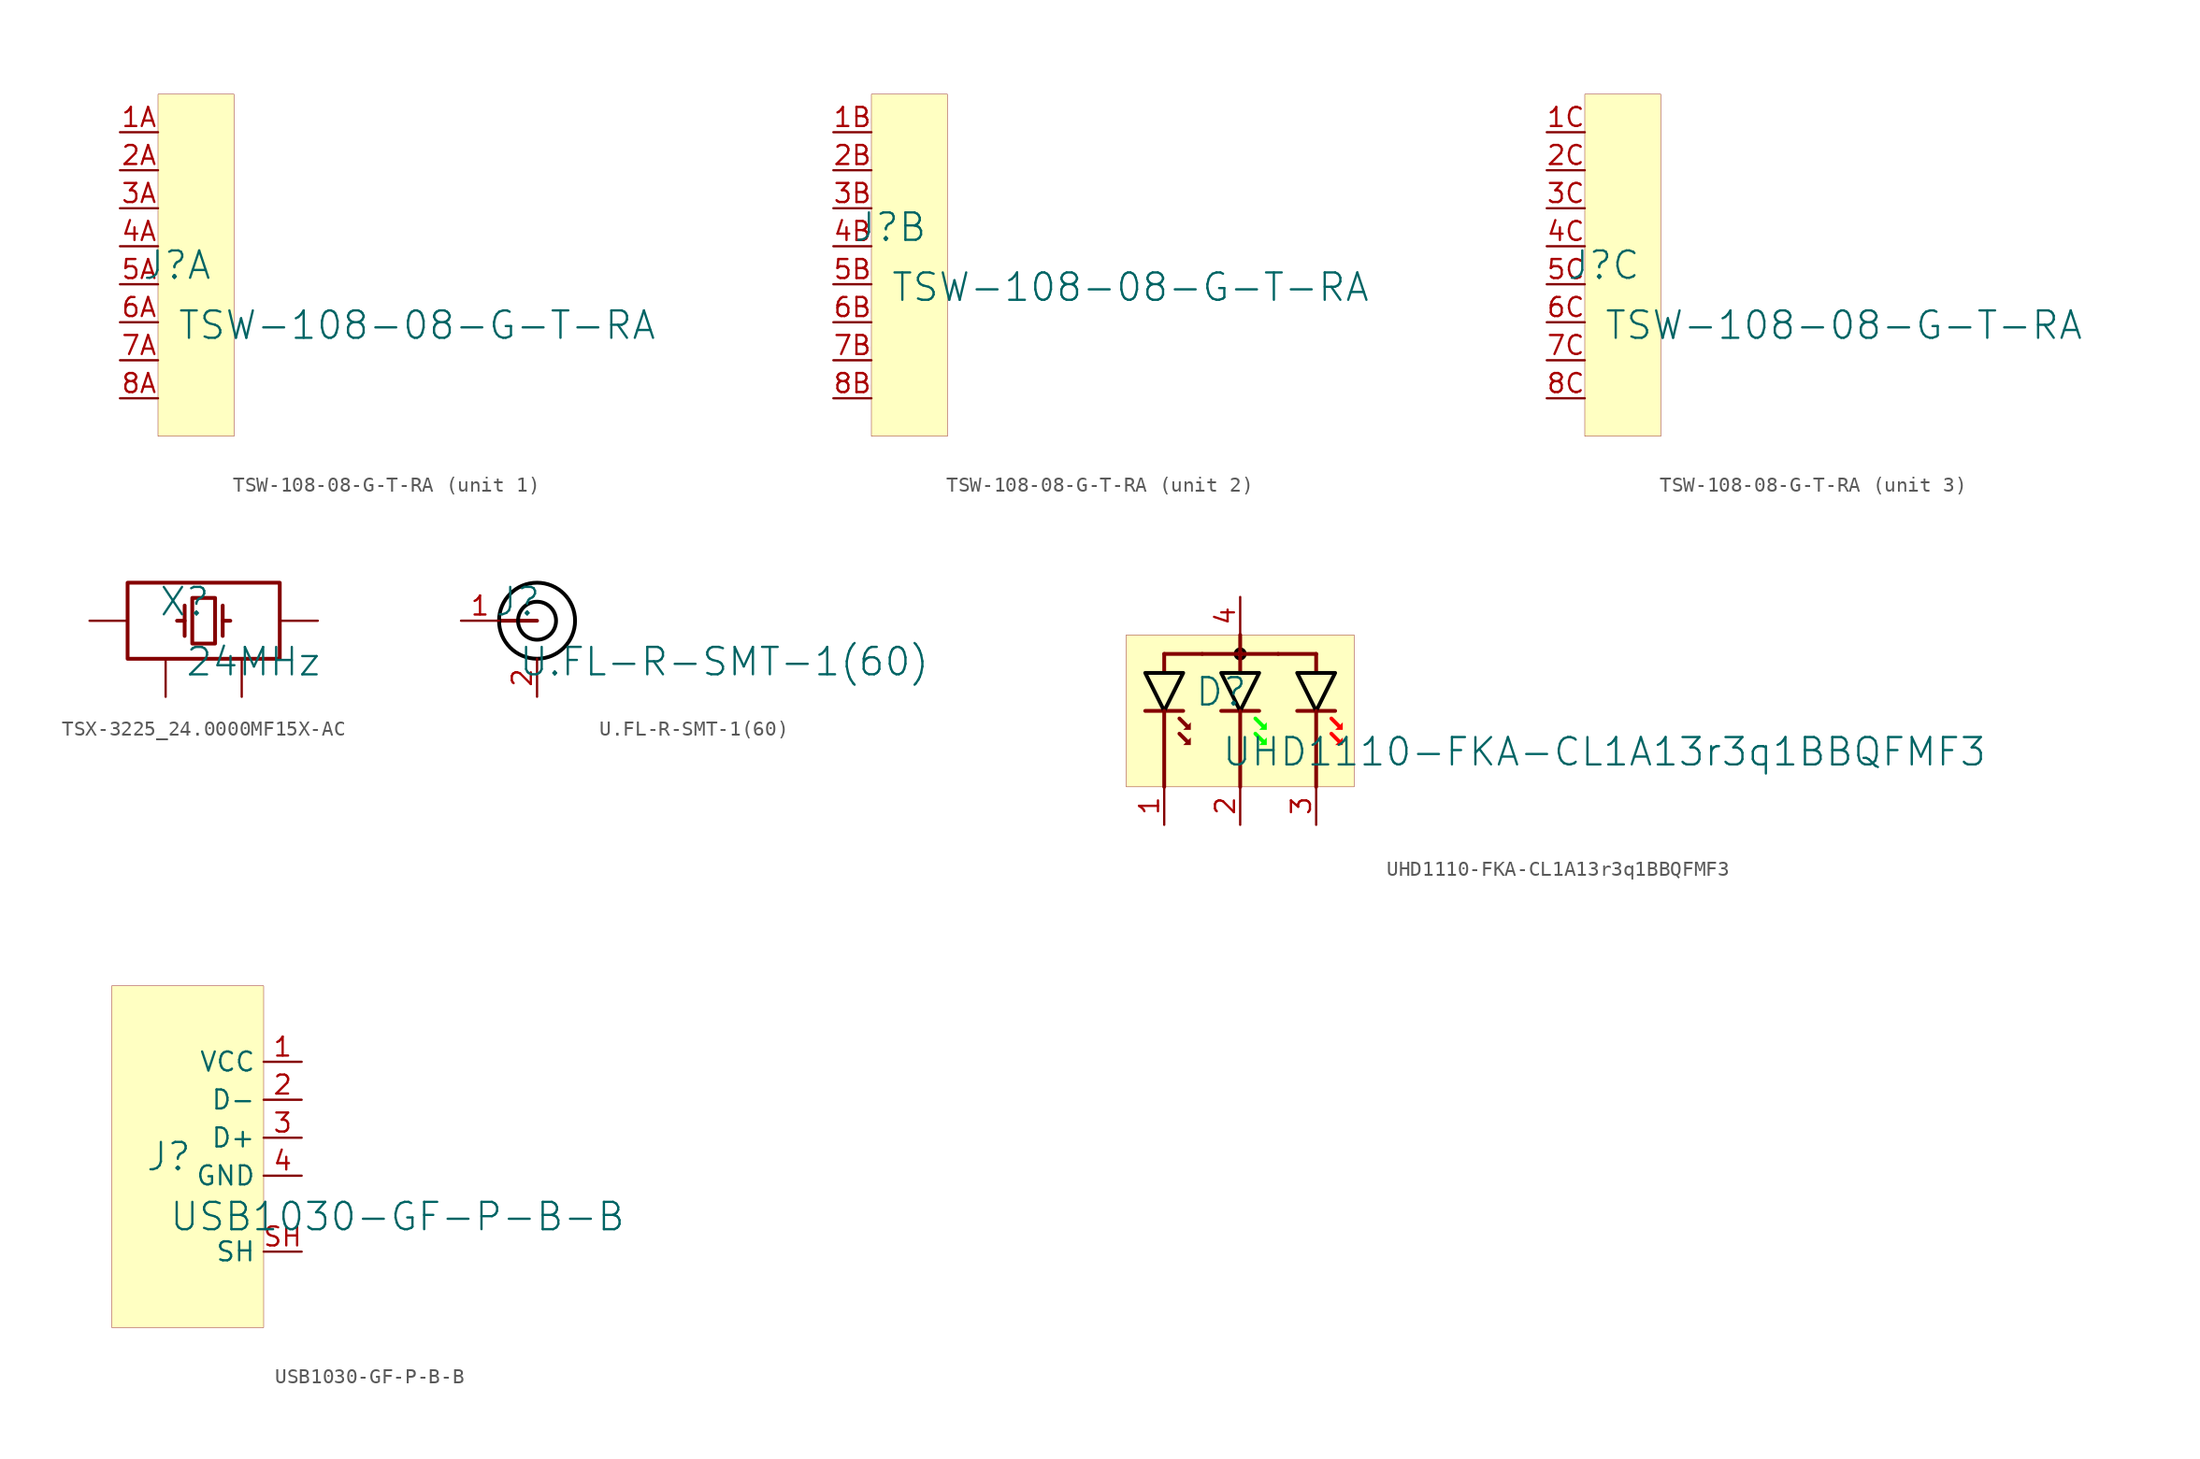
<source format=kicad_sym>
(kicad_symbol_lib
  (version 20231120)
  (generator "kicad_symbol_editor")
  (generator_version "8.0")
  (symbol "TSW-108-08-G-T-RA"
    (property "Reference" "J"
      (at -1.27 1.27 0)
      (effects (font (size 1.829 1.829))))
    (property "Value" "TSW-108-08-G-T-RA"
      (at -1.27 -3.81 0)
      (effects (font (size 1.829 1.829)) (justify left bottom)))
    (symbol "TSW-108-08-G-T-RA_1_0"
      (rectangle (start 2.54 12.7) (end -2.54 -10.16) (stroke (width 0.025) (type solid) (color 128 0 0 1)) (fill (type background)))
      (pin passive line (at -5.08 10.16 0) (length 2.54) (name "1A" (effects (font (size 0 0)))) (number "1A" (effects (font (size 1.27 1.27)))))
      (pin passive line (at -5.08 7.62 0) (length 2.54) (name "2A" (effects (font (size 0 0)))) (number "2A" (effects (font (size 1.27 1.27)))))
      (pin passive line (at -5.08 5.08 0) (length 2.54) (name "3A" (effects (font (size 0 0)))) (number "3A" (effects (font (size 1.27 1.27)))))
      (pin passive line (at -5.08 2.54 0) (length 2.54) (name "4A" (effects (font (size 0 0)))) (number "4A" (effects (font (size 1.27 1.27)))))
      (pin passive line (at -5.08 0 0) (length 2.54) (name "5A" (effects (font (size 0 0)))) (number "5A" (effects (font (size 1.27 1.27)))))
      (pin passive line (at -5.08 -2.54 0) (length 2.54) (name "6A" (effects (font (size 0 0)))) (number "6A" (effects (font (size 1.27 1.27)))))
      (pin passive line (at -5.08 -5.08 0) (length 2.54) (name "7A" (effects (font (size 0 0)))) (number "7A" (effects (font (size 1.27 1.27)))))
      (pin passive line (at -5.08 -7.62 0) (length 2.54) (name "8A" (effects (font (size 0 0)))) (number "8A" (effects (font (size 1.27 1.27))))))
    (symbol "TSW-108-08-G-T-RA_2_0"
      (rectangle (start 2.54 10.16) (end -2.54 -12.7) (stroke (width 0.025) (type solid) (color 128 0 0 1)) (fill (type background)))
      (pin passive line (at -5.08 7.62 0) (length 2.54) (name "1B" (effects (font (size 0 0)))) (number "1B" (effects (font (size 1.27 1.27)))))
      (pin passive line (at -5.08 5.08 0) (length 2.54) (name "2B" (effects (font (size 0 0)))) (number "2B" (effects (font (size 1.27 1.27)))))
      (pin passive line (at -5.08 2.54 0) (length 2.54) (name "3B" (effects (font (size 0 0)))) (number "3B" (effects (font (size 1.27 1.27)))))
      (pin passive line (at -5.08 0 0) (length 2.54) (name "4B" (effects (font (size 0 0)))) (number "4B" (effects (font (size 1.27 1.27)))))
      (pin passive line (at -5.08 -2.54 0) (length 2.54) (name "5B" (effects (font (size 0 0)))) (number "5B" (effects (font (size 1.27 1.27)))))
      (pin passive line (at -5.08 -5.08 0) (length 2.54) (name "6B" (effects (font (size 0 0)))) (number "6B" (effects (font (size 1.27 1.27)))))
      (pin passive line (at -5.08 -7.62 0) (length 2.54) (name "7B" (effects (font (size 0 0)))) (number "7B" (effects (font (size 1.27 1.27)))))
      (pin passive line (at -5.08 -10.16 0) (length 2.54) (name "8B" (effects (font (size 0 0)))) (number "8B" (effects (font (size 1.27 1.27))))))
    (symbol "TSW-108-08-G-T-RA_3_0"
      (rectangle (start 2.54 12.7) (end -2.54 -10.16) (stroke (width 0.025) (type solid) (color 128 0 0 1)) (fill (type background)))
      (pin passive line (at -5.08 10.16 0) (length 2.54) (name "1C" (effects (font (size 0 0)))) (number "1C" (effects (font (size 1.27 1.27)))))
      (pin passive line (at -5.08 7.62 0) (length 2.54) (name "2C" (effects (font (size 0 0)))) (number "2C" (effects (font (size 1.27 1.27)))))
      (pin passive line (at -5.08 5.08 0) (length 2.54) (name "3C" (effects (font (size 0 0)))) (number "3C" (effects (font (size 1.27 1.27)))))
      (pin passive line (at -5.08 2.54 0) (length 2.54) (name "4C" (effects (font (size 0 0)))) (number "4C" (effects (font (size 1.27 1.27)))))
      (pin passive line (at -5.08 0 0) (length 2.54) (name "5C" (effects (font (size 0 0)))) (number "5C" (effects (font (size 1.27 1.27)))))
      (pin passive line (at -5.08 -2.54 0) (length 2.54) (name "6C" (effects (font (size 0 0)))) (number "6C" (effects (font (size 1.27 1.27)))))
      (pin passive line (at -5.08 -5.08 0) (length 2.54) (name "7C" (effects (font (size 0 0)))) (number "7C" (effects (font (size 1.27 1.27)))))
      (pin passive line (at -5.08 -7.62 0) (length 2.54) (name "8C" (effects (font (size 0 0)))) (number "8C" (effects (font (size 1.27 1.27)))))))
  (symbol "TSX-3225_24.0000MF15X-AC"
    (property "Reference" "X"
      (at -1.27 1.27 0)
      (effects (font (size 1.829 1.829))))
    (property "Value" "24MHz"
      (at -1.27 -3.81 0)
      (effects (font (size 1.829 1.829)) (justify left bottom)))
    (symbol "TSX-3225_24.0000MF15X-AC_1_0"
      (polyline (pts (xy -1.27 0) (xy -1.778 0)) (stroke (width 0.254) (type solid)) (fill (type none)))
      (polyline (pts (xy -1.27 1.016) (xy -1.27 -1.016)) (stroke (width 0.254) (type solid)) (fill (type none)))
      (polyline (pts (xy 1.27 1.016) (xy 1.27 -1.016)) (stroke (width 0.254) (type solid)) (fill (type none)))
      (polyline (pts (xy 1.778 0) (xy 1.27 0)) (stroke (width 0.254) (type solid)) (fill (type none)))
      (polyline (pts (xy -5.08 -2.54) (xy 5.08 -2.54) (xy 5.08 2.54) (xy -5.08 2.54) (xy -5.08 -2.54)) (stroke (width 0.254) (type solid)) (fill (type none)))
      (polyline (pts (xy 0.762 1.524) (xy -0.762 1.524) (xy -0.762 -1.524) (xy 0.762 -1.524) (xy 0.762 1.524)) (stroke (width 0.254) (type solid)) (fill (type none)))
      (pin passive line (at -7.62 0 0) (length 2.54) (name "1" (effects (font (size 0 0)))) (number "1" (effects (font (size 0 0)))))
      (pin passive line (at -2.54 -5.08 90) (length 2.54) (name "2" (effects (font (size 0 0)))) (number "2" (effects (font (size 0 0)))))
      (pin passive line (at 7.62 0 180) (length 2.54) (name "3" (effects (font (size 0 0)))) (number "3" (effects (font (size 0 0)))))
      (pin passive line (at 2.54 -5.08 90) (length 2.54) (name "4" (effects (font (size 0 0)))) (number "4" (effects (font (size 0 0)))))))
  (symbol "U.FL-R-SMT-1(60)"
    (property "Reference" "J"
      (at -1.27 1.27 0)
      (effects (font (size 1.829 1.829))))
    (property "Value" "U.FL-R-SMT-1(60)"
      (at -1.27 -3.81 0)
      (effects (font (size 1.829 1.829)) (justify left bottom)))
    (symbol "U.FL-R-SMT-1(60)_1_0"
      (polyline (pts (xy -2.54 0) (xy 0 0)) (stroke (width 0.254) (type solid)) (fill (type none)))
      (circle (center 0 0) (radius 1.27) (stroke (width 0.254) (type solid) (color 0 0 0 1)) (fill (type none)))
      (circle (center 0 0) (radius 2.54) (stroke (width 0.254) (type solid) (color 0 0 0 1)) (fill (type none)))
      (pin passive line (at -5.08 0 0) (length 2.54) (name "1" (effects (font (size 0 0)))) (number "1" (effects (font (size 1.27 1.27)))))
      (pin passive line (at 0 -5.08 90) (length 2.54) (name "2" (effects (font (size 0 0)))) (number "2" (effects (font (size 1.27 1.27)))))))
  (symbol "UHD1110-FKA-CL1A13r3q1BBQFMF3"
    (property "Reference" "D"
      (at -1.27 1.27 0)
      (effects (font (size 1.829 1.829))))
    (property "Value" "UHD1110-FKA-CL1A13r3q1BBQFMF3"
      (at -1.27 -3.81 0)
      (effects (font (size 1.829 1.829)) (justify left bottom)))
    (symbol "UHD1110-FKA-CL1A13r3q1BBQFMF3_1_0"
      (polyline (pts (xy -6.35 0) (xy -3.81 0)) (stroke (width 0.254) (type solid)) (fill (type none)))
      (polyline (pts (xy -5.08 -5.08) (xy -5.08 0)) (stroke (width 0.254) (type solid)) (fill (type none)))
      (polyline (pts (xy -5.08 2.54) (xy -5.08 3.81)) (stroke (width 0.254) (type solid)) (fill (type none)))
      (polyline (pts (xy -3.556 -2.032) (xy -4.064 -1.524)) (stroke (width 0.254) (type solid)) (fill (type none)))
      (polyline (pts (xy -3.556 -1.016) (xy -4.064 -0.508)) (stroke (width 0.254) (type solid)) (fill (type none)))
      (polyline (pts (xy -2.54 3.81) (xy -5.08 3.81)) (stroke (width 0.254) (type solid)) (fill (type none)))
      (polyline (pts (xy -1.27 0) (xy 1.27 0)) (stroke (width 0.254) (type solid)) (fill (type none)))
      (polyline (pts (xy 0 -5.08) (xy 0 0)) (stroke (width 0.254) (type solid)) (fill (type none)))
      (polyline (pts (xy 0 2.54) (xy 0 5.08)) (stroke (width 0.254) (type solid)) (fill (type none)))
      (polyline (pts (xy 0 3.81) (xy -2.54 3.81)) (stroke (width 0.254) (type solid)) (fill (type none)))
      (polyline (pts (xy 1.524 -2.032) (xy 1.016 -1.524)) (stroke (width 0.254) (type solid) (color 0 255 0 1)) (fill (type none)))
      (polyline (pts (xy 1.524 -1.016) (xy 1.016 -0.508)) (stroke (width 0.254) (type solid) (color 0 255 0 1)) (fill (type none)))
      (polyline (pts (xy 2.54 3.81) (xy 0 3.81)) (stroke (width 0.254) (type solid)) (fill (type none)))
      (polyline (pts (xy 3.81 0) (xy 6.35 0)) (stroke (width 0.254) (type solid)) (fill (type none)))
      (polyline (pts (xy 5.08 -5.08) (xy 5.08 0)) (stroke (width 0.254) (type solid)) (fill (type none)))
      (polyline (pts (xy 5.08 2.54) (xy 5.08 3.81)) (stroke (width 0.254) (type solid)) (fill (type none)))
      (polyline (pts (xy 5.08 3.81) (xy 2.54 3.81)) (stroke (width 0.254) (type solid)) (fill (type none)))
      (polyline (pts (xy 6.604 -2.032) (xy 6.096 -1.524)) (stroke (width 0.254) (type solid) (color 255 0 0 1)) (fill (type none)))
      (polyline (pts (xy 6.604 -1.016) (xy 6.096 -0.508)) (stroke (width 0.254) (type solid) (color 255 0 0 1)) (fill (type none)))
      (polyline (pts (xy -3.302 -1.778) (xy -3.81 -2.286) (xy -3.302 -2.286) (xy -3.302 -1.778) (xy -3.302 -1.778)) (stroke (width -0.0001) (type solid)) (fill (type outline)))
      (polyline (pts (xy -3.302 -0.762) (xy -3.81 -1.27) (xy -3.302 -1.27) (xy -3.302 -0.762) (xy -3.302 -0.762)) (stroke (width -0.0001) (type solid)) (fill (type outline)))
      (polyline (pts (xy 1.778 -1.778) (xy 1.27 -2.286) (xy 1.778 -2.286) (xy 1.778 -1.778) (xy 1.778 -1.778)) (stroke (width -0.0001) (type solid) (color 0 255 0 1)) (fill (type outline)))
      (polyline (pts (xy 1.778 -0.762) (xy 1.27 -1.27) (xy 1.778 -1.27) (xy 1.778 -0.762) (xy 1.778 -0.762)) (stroke (width -0.0001) (type solid) (color 0 255 0 1)) (fill (type outline)))
      (polyline (pts (xy 6.858 -1.778) (xy 6.35 -2.286) (xy 6.858 -2.286) (xy 6.858 -1.778) (xy 6.858 -1.778)) (stroke (width -0.0001) (type solid) (color 255 0 0 1)) (fill (type outline)))
      (polyline (pts (xy 6.858 -0.762) (xy 6.35 -1.27) (xy 6.858 -1.27) (xy 6.858 -0.762) (xy 6.858 -0.762)) (stroke (width -0.0001) (type solid) (color 255 0 0 1)) (fill (type outline)))
      (polyline (pts (xy -5.08 2.54) (xy -3.81 2.54) (xy -5.08 0) (xy -6.35 2.54) (xy -5.08 2.54) (xy -5.08 2.54)) (stroke (width 0.254) (type solid) (color 0 0 0 1)) (fill (type background)))
      (polyline (pts (xy 0 2.54) (xy 1.27 2.54) (xy 0 0) (xy -1.27 2.54) (xy 0 2.54) (xy 0 2.54)) (stroke (width 0.254) (type solid) (color 0 0 0 1)) (fill (type background)))
      (polyline (pts (xy 5.08 2.54) (xy 6.35 2.54) (xy 5.08 0) (xy 3.81 2.54) (xy 5.08 2.54) (xy 5.08 2.54)) (stroke (width 0.254) (type solid) (color 0 0 0 1)) (fill (type background)))
      (circle (center 0 3.81) (radius 0.305) (stroke (width 0.254) (type solid) (color 0 0 0 1)) (fill (type none)))
      (rectangle (start 7.62 5.08) (end -7.62 -5.08) (stroke (width 0.025) (type solid) (color 128 0 0 1)) (fill (type background)))
      (pin passive line (at -5.08 -7.62 90) (length 2.54) (name "1" (effects (font (size 0 0)))) (number "1" (effects (font (size 1.27 1.27)))))
      (pin passive line (at 0 -7.62 90) (length 2.54) (name "2" (effects (font (size 0 0)))) (number "2" (effects (font (size 1.27 1.27)))))
      (pin passive line (at 5.08 -7.62 90) (length 2.54) (name "3" (effects (font (size 0 0)))) (number "3" (effects (font (size 1.27 1.27)))))
      (pin passive line (at 0 7.62 270) (length 2.54) (name "4" (effects (font (size 0 0)))) (number "4" (effects (font (size 1.27 1.27)))))))
  (symbol "USB1030-GF-P-B-B"
    (property "Reference" "J"
      (at -1.27 1.27 0)
      (effects (font (size 1.829 1.829))))
    (property "Value" "USB1030-GF-P-B-B"
      (at -1.27 -3.81 0)
      (effects (font (size 1.829 1.829)) (justify left bottom)))
    (symbol "USB1030-GF-P-B-B_1_0"
      (rectangle (start -5.08 12.7) (end 5.08 -10.16) (stroke (width 0.025) (type solid)) (fill (type background)))
      (pin passive line (at 7.62 7.62 180) (length 2.54) (name "VCC" (effects (font (size 1.27 1.27)))) (number "1" (effects (font (size 1.27 1.27)))))
      (pin passive line (at 7.62 5.08 180) (length 2.54) (name "D-" (effects (font (size 1.27 1.27)))) (number "2" (effects (font (size 1.27 1.27)))))
      (pin passive line (at 7.62 2.54 180) (length 2.54) (name "D+" (effects (font (size 1.27 1.27)))) (number "3" (effects (font (size 1.27 1.27)))))
      (pin passive line (at 7.62 0 180) (length 2.54) (name "GND" (effects (font (size 1.27 1.27)))) (number "4" (effects (font (size 1.27 1.27)))))
      (pin passive line (at 7.62 -5.08 180) (length 2.54) (name "SH" (effects (font (size 1.27 1.27)))) (number "SH" (effects (font (size 1.27 1.27))))))))
</source>
